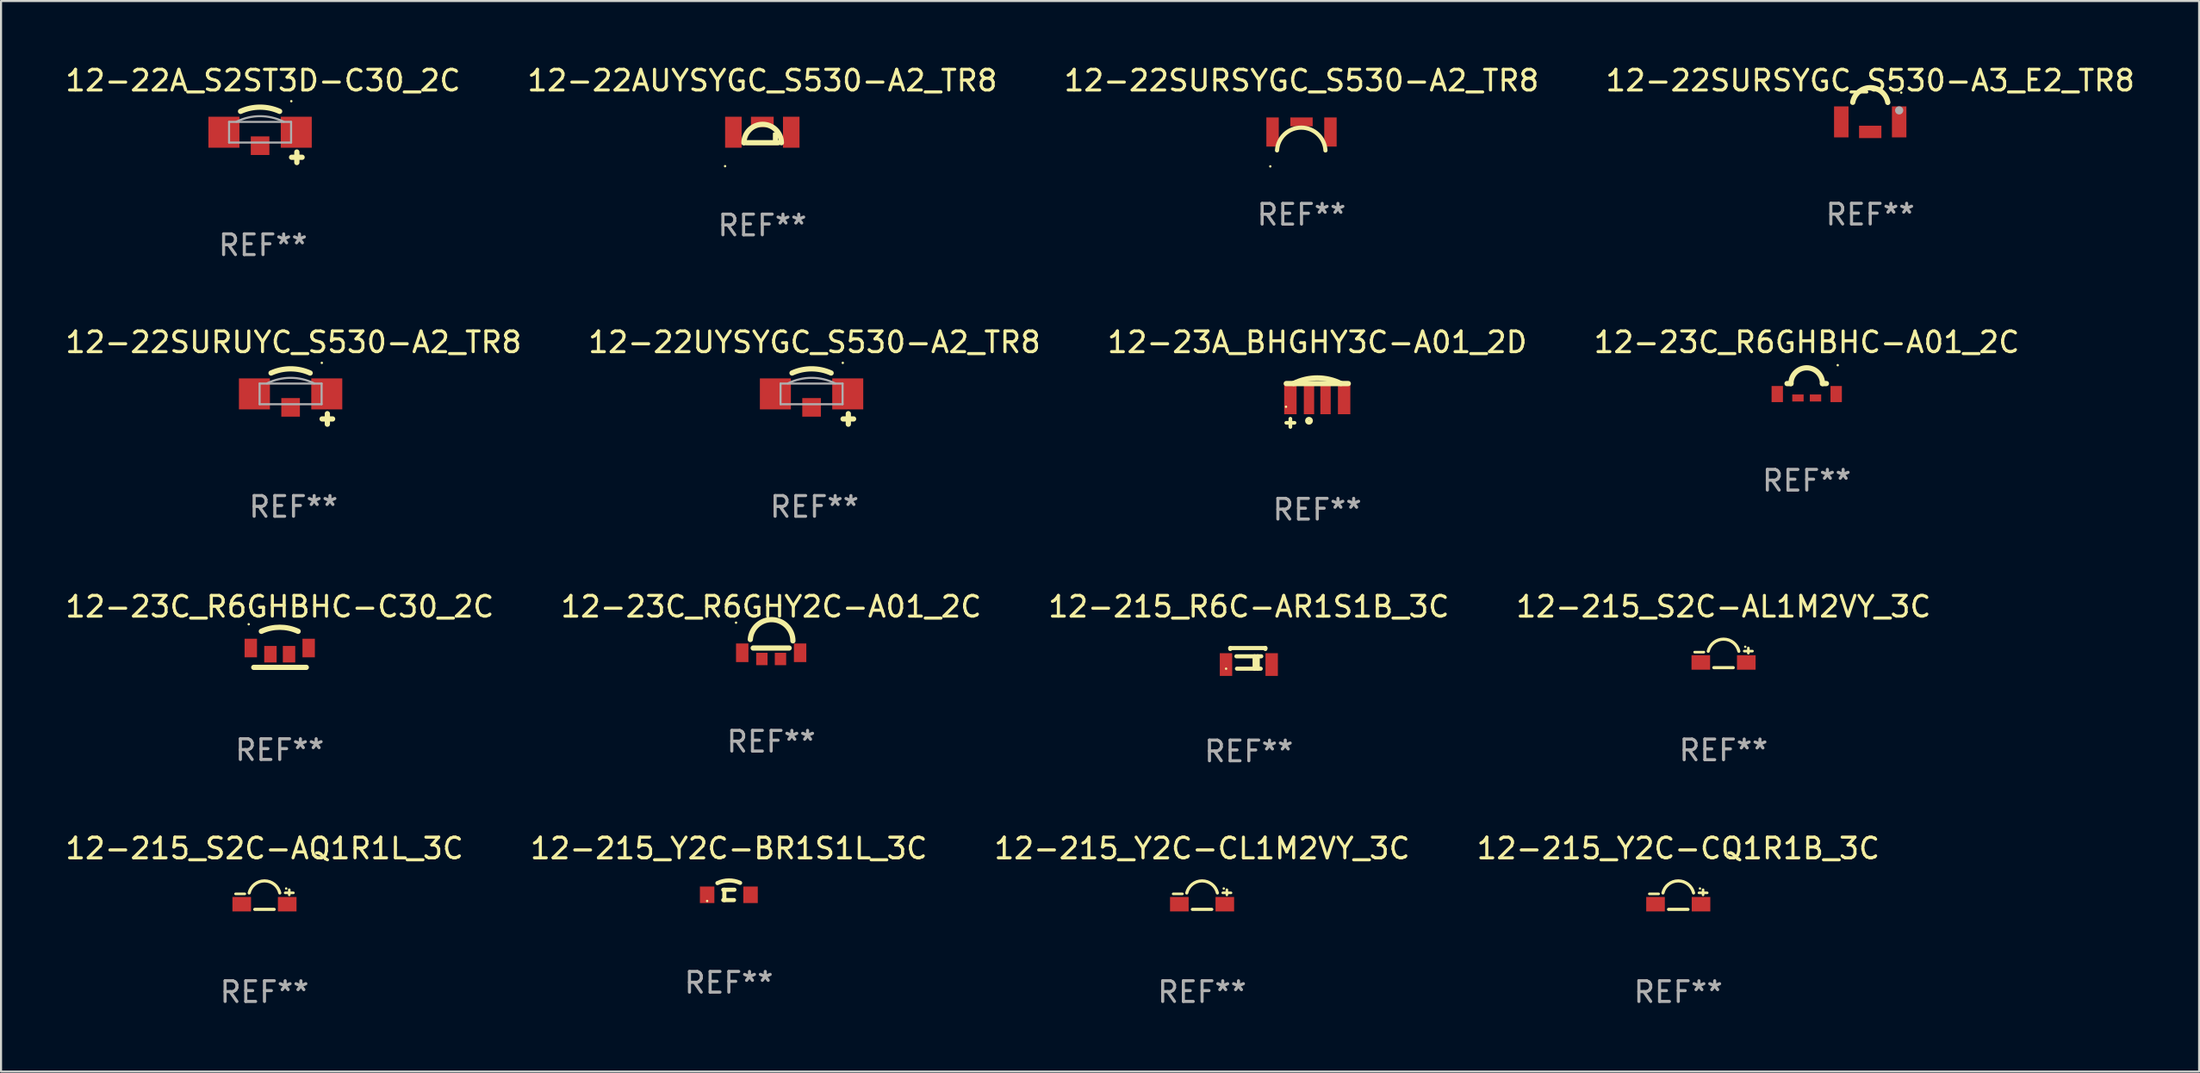
<source format=kicad_pcb>
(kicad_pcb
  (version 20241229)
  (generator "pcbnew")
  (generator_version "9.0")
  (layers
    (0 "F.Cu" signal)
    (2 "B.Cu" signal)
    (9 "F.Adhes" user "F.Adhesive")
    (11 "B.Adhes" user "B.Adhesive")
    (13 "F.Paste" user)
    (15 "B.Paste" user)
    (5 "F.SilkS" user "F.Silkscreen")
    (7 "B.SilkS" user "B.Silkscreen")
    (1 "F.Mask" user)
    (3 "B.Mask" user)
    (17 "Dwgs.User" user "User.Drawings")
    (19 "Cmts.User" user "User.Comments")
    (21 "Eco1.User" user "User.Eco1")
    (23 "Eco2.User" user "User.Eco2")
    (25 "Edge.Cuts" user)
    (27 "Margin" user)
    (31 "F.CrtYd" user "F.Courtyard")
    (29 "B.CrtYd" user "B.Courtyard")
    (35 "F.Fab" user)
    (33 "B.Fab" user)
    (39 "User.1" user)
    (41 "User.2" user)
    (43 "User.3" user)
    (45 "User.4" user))
  (footprint "12-215_Y2C-BR1S1L_3C"
    (layer "F.Cu")
    (at 32.208 40.253)
    (property "Reference" "12-215_Y2C-BR1S1L_3C" (at 0 -2.25 0) (layer "F.SilkS") (effects (font (size 1 1) (thickness 0.15))))
    (attr through_hole)
    (fp_line (start -0.269 -0.25) (end 0.269 -0.25) (stroke (width 0.2) (type solid)) (layer "F.SilkS"))
    (fp_line (start -0.269 0.25) (end 0.25 0.25) (stroke (width 0.2) (type solid)) (layer "F.SilkS"))
    (fp_line (start -0.217 -0.25) (end -0.217 0.25) (stroke (width 0.2) (type solid)) (layer "F.SilkS"))
    (fp_arc (start -0.552273 -0.57065) (mid -0.004782 -0.699116) (end 0.545314 -0.582309) (stroke (width 0.2) (type solid)) (layer "F.SilkS"))
    (fp_circle (center -1.05 0.295) (end -1.02 0.295) (stroke (width 0.06) (type solid)) (fill no) (layer "F.SilkS"))
    (fp_text user "REF**" (at 0 4.25 0) (layer "F.Fab") (effects (font (size 1 1) (thickness 0.15))))
    (pad "1" smd rect (at -1.05 -0.005 180) (size 0.7 0.8) (layers "F.Cu" "F.Mask" "F.Paste"))
    (pad "2" smd rect (at 1.05 -0.005 180) (size 0.7 0.8) (layers "F.Cu" "F.Mask" "F.Paste")))
  (footprint "12-22SURSYGC_S530-A2_TR8"
    (layer "F.Cu")
    (at 59.911 3.093)
    (property "Reference" "12-22SURSYGC_S530-A2_TR8" (at 0 -2.245 0) (layer "F.SilkS") (effects (font (size 1 1) (thickness 0.15))))
    (attr through_hole)
    (fp_arc (start -1.184632 1.134468) (mid -0.011461 0.03247) (end 1.158649 1.137719) (stroke (width 0.2) (type solid)) (layer "F.SilkS"))
    (fp_circle (center -1.51 1.908) (end -1.48 1.908) (stroke (width 0.06) (type solid)) (fill no) (layer "F.SilkS"))
    (fp_text user "REF**" (at 0 4.245 0) (layer "F.Fab") (effects (font (size 1 1) (thickness 0.15))))
    (pad "1" smd rect (at -1.4 0.245) (size 0.6 1.41) (layers "F.Cu" "F.Mask" "F.Paste"))
    (pad "2" smd rect (at 0 -0.245) (size 1.08 0.43) (layers "F.Cu" "F.Mask" "F.Paste"))
    (pad "3" smd rect (at 1.4 0.245) (size 0.6 1.41) (layers "F.Cu" "F.Mask" "F.Paste")))
  (footprint "12-23A_BHGHY3C-A01_2D"
    (layer "F.Cu")
    (at 60.673 16.56)
    (property "Reference" "12-23A_BHGHY3C-A01_2D" (at 0 -3.05 0) (layer "F.SilkS") (effects (font (size 1 1) (thickness 0.15))))
    (attr through_hole)
    (fp_line (start -1.5 -1.05) (end 1.5 -1.05) (stroke (width 0.254) (type solid)) (layer "F.SilkS"))
    (fp_line (start -1.499 0.849) (end -1.1 0.849) (stroke (width 0.178) (type solid)) (layer "F.SilkS"))
    (fp_line (start -1.301 0.651) (end -1.301 1.05) (stroke (width 0.178) (type solid)) (layer "F.SilkS"))
    (fp_arc (start -1.143002 -1.053835) (mid 0 -1.322627) (end 1.143002 -1.053835) (stroke (width 0.254001) (type solid)) (layer "F.SilkS"))
    (fp_circle (center -1.512 0.073) (end -1.482 0.073) (stroke (width 0.06) (type solid)) (fill no) (layer "F.SilkS"))
    (fp_circle (center -0.4 0.75) (end -0.3 0.75) (stroke (width 0.178) (type solid)) (fill no) (layer "F.SilkS"))
    (fp_text user "REF**" (at 0 5.05 0) (layer "F.Fab") (effects (font (size 1 1) (thickness 0.15))))
    (pad "1" smd rect (at -0.4 -0.316) (size 0.5 1.5) (layers "F.Cu" "F.Mask" "F.Paste"))
    (pad "2" smd rect (at 0.4 -0.316) (size 0.5 1.5) (layers "F.Cu" "F.Mask" "F.Paste"))
    (pad "3" smd rect (at 1.3 -0.316) (size 0.6 1.5) (layers "F.Cu" "F.Mask" "F.Paste"))
    (pad "4" smd rect (at -1.3 -0.316) (size 0.6 1.5) (layers "F.Cu" "F.Mask" "F.Paste")))
  (footprint "12-22SURSYGC_S530-A3_E2_TR8"
    (layer "F.Cu")
    (at 87.423 3.09)
    (property "Reference" "12-22SURSYGC_S530-A3_E2_TR8" (at 0 -2.242 0) (layer "F.SilkS") (effects (font (size 1 1) (thickness 0.15))))
    (attr through_hole)
    (fp_arc (start -0.846431 -1.18857) (mid 0.003699 -1.897338) (end 0.849632 -1.183566) (stroke (width 0.254001) (type solid)) (layer "F.SilkS"))
    (fp_circle (center 1.5 -1.658) (end 1.53 -1.658) (stroke (width 0.06) (type solid)) (fill no) (layer "F.SilkS"))
    (fp_circle (center 1.4 -0.8) (end 1.5 -0.8) (stroke (width 0.2) (type solid)) (fill no) (layer "F.Fab"))
    (fp_text user "REF**" (at 0 4.242 0) (layer "F.Fab") (effects (font (size 1 1) (thickness 0.15))))
    (pad "1" smd rect (at 1.4 -0.242 90) (size 1.5 0.7) (layers "F.Cu" "F.Mask" "F.Paste"))
    (pad "2" smd rect (at 0 0.242 90) (size 0.6 1.08) (layers "F.Cu" "F.Mask" "F.Paste"))
    (pad "3" smd rect (at -1.4 -0.242 90) (size 1.5 0.7) (layers "F.Cu" "F.Mask" "F.Paste")))
  (footprint "12-215_Y2C-CQ1R1B_3C"
    (layer "F.Cu")
    (at 78.137 40.478)
    (property "Reference" "12-215_Y2C-CQ1R1B_3C" (at 0 -2.475 0) (layer "F.SilkS") (effects (font (size 1 1) (thickness 0.15))))
    (attr through_hole)
    (fp_line (start -1.4 -0.275) (end -0.95 -0.275) (stroke (width 0.125) (type solid)) (layer "F.SilkS"))
    (fp_line (start -0.47 0.475) (end 0.47 0.475) (stroke (width 0.152) (type solid)) (layer "F.SilkS"))
    (fp_line (start 1 -0.325) (end 1.4 -0.325) (stroke (width 0.125) (type solid)) (layer "F.SilkS"))
    (fp_line (start 1.2 -0.475) (end 1.2 -0.225) (stroke (width 0.125) (type solid)) (layer "F.SilkS"))
    (fp_arc (start -0.74125 -0.318618) (mid 0.000025 -0.902982) (end 0.7413 -0.318618) (stroke (width 0.151994) (type solid)) (layer "F.SilkS"))
    (fp_circle (center 1.05 -0.535) (end 1.08 -0.535) (stroke (width 0.06) (type solid)) (fill no) (layer "F.SilkS"))
    (fp_text user "REF**" (at 0 4.475 0) (layer "F.Fab") (effects (font (size 1 1) (thickness 0.15))))
    (pad "1" smd rect (at 1.1 0.225) (size 0.9 0.7) (layers "F.Cu" "F.Mask" "F.Paste"))
    (pad "2" smd rect (at -1.1 0.225) (size 0.9 0.7) (layers "F.Cu" "F.Mask" "F.Paste")))
  (footprint "12-23C_R6GHBHC-A01_2C"
    (layer "F.Cu")
    (at 84.351 15.859)
    (property "Reference" "12-23C_R6GHBHC-A01_2C" (at 0 -2.349 0) (layer "F.SilkS") (effects (font (size 1 1) (thickness 0.15))))
    (attr through_hole)
    (fp_line (start -0.762 -0.349) (end -0.952 -0.349) (stroke (width 0.254) (type solid)) (layer "F.SilkS"))
    (fp_line (start 0.762 -0.349) (end 0.952 -0.349) (stroke (width 0.254) (type solid)) (layer "F.SilkS"))
    (fp_arc (start -0.762002 -0.348997) (mid 0 -1.110999) (end 0.762002 -0.348997) (stroke (width 0.254001) (type solid)) (layer "F.SilkS"))
    (fp_circle (center 1.5 -1.238) (end 1.53 -1.238) (stroke (width 0.06) (type solid)) (fill no) (layer "F.SilkS"))
    (fp_text user "REF**" (at 0 4.349 0) (layer "F.Fab") (effects (font (size 1 1) (thickness 0.15))))
    (pad "1" smd rect (at 1.425 0.159) (size 0.55 0.78) (layers "F.Cu" "F.Mask" "F.Paste"))
    (pad "2" smd rect (at 0.425 0.349) (size 0.55 0.34) (layers "F.Cu" "F.Mask" "F.Paste"))
    (pad "3" smd rect (at -0.425 0.349) (size 0.55 0.34) (layers "F.Cu" "F.Mask" "F.Paste"))
    (pad "4" smd rect (at -1.425 0.159) (size 0.55 0.78) (layers "F.Cu" "F.Mask" "F.Paste")))
  (footprint "12-215_R6C-AR1S1B_3C"
    (layer "F.Cu")
    (at 57.363 28.807)
    (property "Reference" "12-215_R6C-AR1S1B_3C" (at 0 -2.5 0) (layer "F.SilkS") (effects (font (size 1 1) (thickness 0.15))))
    (attr through_hole)
    (fp_line (start -0.899 -0.5) (end -0.899 -0.454) (stroke (width 0.2) (type solid)) (layer "F.SilkS"))
    (fp_line (start -0.601 -0.1) (end 0.601 -0.1) (stroke (width 0.2) (type solid)) (layer "F.SilkS"))
    (fp_line (start -0.574 0.5) (end 0.574 0.5) (stroke (width 0.2) (type solid)) (layer "F.SilkS"))
    (fp_line (start 0.279 -0.1) (end 0.279 0.5) (stroke (width 0.2) (type solid)) (layer "F.SilkS"))
    (fp_line (start 0.43 -0.1) (end 0.43 0.5) (stroke (width 0.2) (type solid)) (layer "F.SilkS"))
    (fp_line (start 0.8 -0.5) (end 0.8 -0.454) (stroke (width 0.2) (type solid)) (layer "F.SilkS"))
    (fp_line (start 0.8 -0.5) (end -0.899 -0.5) (stroke (width 0.2) (type solid)) (layer "F.SilkS"))
    (fp_circle (center -1.1 0.5) (end -1.07 0.5) (stroke (width 0.06) (type solid)) (fill no) (layer "F.SilkS"))
    (fp_text user "REF**" (at 0 4.5 0) (layer "F.Fab") (effects (font (size 1 1) (thickness 0.15))))
    (pad "1" smd rect (at -1.105 0.3) (size 0.6 1.1) (layers "F.Cu" "F.Mask" "F.Paste"))
    (pad "2" smd rect (at 1.105 0.3) (size 0.6 1.1) (layers "F.Cu" "F.Mask" "F.Paste")))
  (footprint "12-22AUYSYGC_S530-A2_TR8"
    (layer "F.Cu")
    (at 33.827 3.352)
    (property "Reference" "12-22AUYSYGC_S530-A2_TR8" (at 0 -2.504 0) (layer "F.SilkS") (effects (font (size 1 1) (thickness 0.15))))
    (attr through_hole)
    (fp_line (start 0.769 0.504) (end -0.769 0.504) (stroke (width 0.254) (type solid)) (layer "F.SilkS"))
    (fp_arc (start -0.889001 0.512001) (mid 0.013641 -0.389908) (end 0.924206 0.504001) (stroke (width 0.254001) (type solid)) (layer "F.SilkS"))
    (fp_circle (center -1.8 1.639) (end -1.77 1.639) (stroke (width 0.06) (type solid)) (fill no) (layer "F.SilkS"))
    (fp_poly (pts (xy 0.572 0.063) (xy 0.699 0.063) (xy 0.699 0.444) (xy 0.572 0.444)) (stroke (width 0.12) (type solid)) (fill yes) (layer "F.SilkS"))
    (fp_text user "REF**" (at 0 4.504 0) (layer "F.Fab") (effects (font (size 1 1) (thickness 0.15))))
    (pad "1" smd rect (at -1.4 -0.004 270) (size 1.5 0.8) (layers "F.Cu" "F.Mask" "F.Paste"))
    (pad "2" smd rect (at 0 -0.504) (size 1.1 0.5) (layers "F.Cu" "F.Mask" "F.Paste"))
    (pad "3" smd rect (at 1.4 -0.004 270) (size 1.5 0.8) (layers "F.Cu" "F.Mask" "F.Paste")))
  (footprint "12-215_S2C-AQ1R1L_3C"
    (layer "F.Cu")
    (at 9.744 40.478)
    (property "Reference" "12-215_S2C-AQ1R1L_3C" (at 0 -2.475 0) (layer "F.SilkS") (effects (font (size 1 1) (thickness 0.15))))
    (attr through_hole)
    (fp_line (start -1.4 -0.275) (end -0.95 -0.275) (stroke (width 0.125) (type solid)) (layer "F.SilkS"))
    (fp_line (start -0.47 0.475) (end 0.47 0.475) (stroke (width 0.152) (type solid)) (layer "F.SilkS"))
    (fp_line (start 1 -0.325) (end 1.4 -0.325) (stroke (width 0.125) (type solid)) (layer "F.SilkS"))
    (fp_line (start 1.2 -0.475) (end 1.2 -0.225) (stroke (width 0.125) (type solid)) (layer "F.SilkS"))
    (fp_arc (start -0.74125 -0.318618) (mid 0.000025 -0.902982) (end 0.7413 -0.318618) (stroke (width 0.151994) (type solid)) (layer "F.SilkS"))
    (fp_circle (center 1.05 -0.535) (end 1.08 -0.535) (stroke (width 0.06) (type solid)) (fill no) (layer "F.SilkS"))
    (fp_text user "REF**" (at 0 4.475 0) (layer "F.Fab") (effects (font (size 1 1) (thickness 0.15))))
    (pad "1" smd rect (at 1.1 0.225) (size 0.9 0.7) (layers "F.Cu" "F.Mask" "F.Paste"))
    (pad "2" smd rect (at -1.1 0.225) (size 0.9 0.7) (layers "F.Cu" "F.Mask" "F.Paste")))
  (footprint "12-23C_R6GHY2C-A01_2C"
    (layer "F.Cu")
    (at 34.256 28.572)
    (property "Reference" "12-23C_R6GHY2C-A01_2C" (at 0 -2.265 0) (layer "F.SilkS") (effects (font (size 1 1) (thickness 0.15))))
    (attr through_hole)
    (fp_line (start -0.869 -0.265) (end 0.869 -0.265) (stroke (width 0.254) (type solid)) (layer "F.SilkS"))
    (fp_arc (start -1.010211 -0.67794) (mid 0.052962 -1.640162) (end 1.05141 -0.610935) (stroke (width 0.254001) (type solid)) (layer "F.SilkS"))
    (fp_circle (center -1.7 -1.491) (end -1.67 -1.491) (stroke (width 0.06) (type solid)) (fill no) (layer "F.SilkS"))
    (fp_text user "REF**" (at 0 4.265 0) (layer "F.Fab") (effects (font (size 1 1) (thickness 0.15))))
    (pad "1" smd rect (at -1.4 -0.035 180) (size 0.6 0.9) (layers "F.Cu" "F.Mask" "F.Paste"))
    (pad "2" smd rect (at -0.45 0.265 270) (size 0.6 0.55) (layers "F.Cu" "F.Mask" "F.Paste"))
    (pad "3" smd rect (at 0.45 0.265 270) (size 0.6 0.55) (layers "F.Cu" "F.Mask" "F.Paste"))
    (pad "4" smd rect (at 1.4 -0.035 180) (size 0.6 0.9) (layers "F.Cu" "F.Mask" "F.Paste")))
  (footprint "12-215_Y2C-CL1M2VY_3C"
    (layer "F.Cu")
    (at 55.101 40.478)
    (property "Reference" "12-215_Y2C-CL1M2VY_3C" (at 0 -2.475 0) (layer "F.SilkS") (effects (font (size 1 1) (thickness 0.15))))
    (attr through_hole)
    (fp_line (start -1.4 -0.275) (end -0.95 -0.275) (stroke (width 0.125) (type solid)) (layer "F.SilkS"))
    (fp_line (start -0.47 0.475) (end 0.47 0.475) (stroke (width 0.152) (type solid)) (layer "F.SilkS"))
    (fp_line (start 1 -0.325) (end 1.4 -0.325) (stroke (width 0.125) (type solid)) (layer "F.SilkS"))
    (fp_line (start 1.2 -0.475) (end 1.2 -0.225) (stroke (width 0.125) (type solid)) (layer "F.SilkS"))
    (fp_arc (start -0.74125 -0.318618) (mid 0.000025 -0.902982) (end 0.7413 -0.318618) (stroke (width 0.151994) (type solid)) (layer "F.SilkS"))
    (fp_circle (center 1.05 -0.535) (end 1.08 -0.535) (stroke (width 0.06) (type solid)) (fill no) (layer "F.SilkS"))
    (fp_text user "REF**" (at 0 4.475 0) (layer "F.Fab") (effects (font (size 1 1) (thickness 0.15))))
    (pad "1" smd rect (at 1.1 0.225) (size 0.9 0.7) (layers "F.Cu" "F.Mask" "F.Paste"))
    (pad "2" smd rect (at -1.1 0.225) (size 0.9 0.7) (layers "F.Cu" "F.Mask" "F.Paste")))
  (footprint "12-22UYSYGC_S530-A2_TR8"
    (layer "F.Cu")
    (at 36.351 16.493)
    (property "Reference" "12-22UYSYGC_S530-A2_TR8" (at 0 -2.983 0) (layer "F.SilkS") (effects (font (size 1 1) (thickness 0.15))))
    (attr through_hole)
    (fp_line (start 1.383 0.729) (end 1.891 0.729) (stroke (width 0.254) (type solid)) (layer "F.SilkS"))
    (fp_line (start 1.637 0.983) (end 1.637 0.475) (stroke (width 0.254) (type solid)) (layer "F.SilkS"))
    (fp_arc (start -1.086335 -1.493205) (mid -0.14097 -1.696234) (end 0.804394 -1.493205) (stroke (width 0.254001) (type solid)) (layer "F.SilkS"))
    (fp_circle (center 1.369 -1.984) (end 1.399 -1.984) (stroke (width 0.06) (type solid)) (fill no) (layer "F.SilkS"))
    (fp_line (start -1.641 -0.983) (end 1.359 -0.983) (stroke (width 0.1) (type solid)) (layer "F.Fab"))
    (fp_line (start -1.641 0.017) (end -1.641 -0.983) (stroke (width 0.1) (type solid)) (layer "F.Fab"))
    (fp_line (start 1.359 -0.983) (end 1.359 0.017) (stroke (width 0.1) (type solid)) (layer "F.Fab"))
    (fp_line (start 1.359 0.017) (end -1.641 0.017) (stroke (width 0.1) (type solid)) (layer "F.Fab"))
    (fp_arc (start -1.283973 -0.990792) (mid -0.140971 -1.259454) (end 1.002032 -0.990793) (stroke (width 0.1) (type solid)) (layer "F.Fab"))
    (fp_text user "REF**" (at 0 4.983 0) (layer "F.Fab") (effects (font (size 1 1) (thickness 0.15))))
    (pad "1" smd rect (at 1.609 -0.483 90) (size 1.5 1.5) (layers "F.Cu" "F.Mask" "F.Paste"))
    (pad "2" smd rect (at -0.141 0.169) (size 0.9 0.9) (layers "F.Cu" "F.Mask" "F.Paste"))
    (pad "3" smd rect (at -1.891 -0.483 90) (size 1.5 1.5) (layers "F.Cu" "F.Mask" "F.Paste")))
  (footprint "12-215_S2C-AL1M2VY_3C"
    (layer "F.Cu")
    (at 80.327 28.781)
    (property "Reference" "12-215_S2C-AL1M2VY_3C" (at 0 -2.475 0) (layer "F.SilkS") (effects (font (size 1 1) (thickness 0.15))))
    (attr through_hole)
    (fp_line (start -1.4 -0.275) (end -0.95 -0.275) (stroke (width 0.125) (type solid)) (layer "F.SilkS"))
    (fp_line (start -0.47 0.475) (end 0.47 0.475) (stroke (width 0.152) (type solid)) (layer "F.SilkS"))
    (fp_line (start 1 -0.325) (end 1.4 -0.325) (stroke (width 0.125) (type solid)) (layer "F.SilkS"))
    (fp_line (start 1.2 -0.475) (end 1.2 -0.225) (stroke (width 0.125) (type solid)) (layer "F.SilkS"))
    (fp_arc (start -0.74125 -0.318618) (mid 0.000025 -0.902982) (end 0.7413 -0.318618) (stroke (width 0.151994) (type solid)) (layer "F.SilkS"))
    (fp_circle (center 1.05 -0.535) (end 1.08 -0.535) (stroke (width 0.06) (type solid)) (fill no) (layer "F.SilkS"))
    (fp_text user "REF**" (at 0 4.475 0) (layer "F.Fab") (effects (font (size 1 1) (thickness 0.15))))
    (pad "1" smd rect (at 1.1 0.225) (size 0.9 0.7) (layers "F.Cu" "F.Mask" "F.Paste"))
    (pad "2" smd rect (at -1.1 0.225) (size 0.9 0.7) (layers "F.Cu" "F.Mask" "F.Paste")))
  (footprint "12-22A_S2ST3D-C30_2C"
    (layer "F.Cu")
    (at 9.673 3.831)
    (property "Reference" "12-22A_S2ST3D-C30_2C" (at 0 -2.983 0) (layer "F.SilkS") (effects (font (size 1 1) (thickness 0.15))))
    (attr through_hole)
    (fp_line (start 1.383 0.729) (end 1.891 0.729) (stroke (width 0.254) (type solid)) (layer "F.SilkS"))
    (fp_line (start 1.637 0.983) (end 1.637 0.475) (stroke (width 0.254) (type solid)) (layer "F.SilkS"))
    (fp_arc (start -1.086335 -1.493205) (mid -0.14097 -1.696234) (end 0.804394 -1.493205) (stroke (width 0.254001) (type solid)) (layer "F.SilkS"))
    (fp_circle (center 1.369 -1.984) (end 1.399 -1.984) (stroke (width 0.06) (type solid)) (fill no) (layer "F.SilkS"))
    (fp_line (start -1.641 -0.983) (end 1.359 -0.983) (stroke (width 0.1) (type solid)) (layer "F.Fab"))
    (fp_line (start -1.641 0.017) (end -1.641 -0.983) (stroke (width 0.1) (type solid)) (layer "F.Fab"))
    (fp_line (start 1.359 -0.983) (end 1.359 0.017) (stroke (width 0.1) (type solid)) (layer "F.Fab"))
    (fp_line (start 1.359 0.017) (end -1.641 0.017) (stroke (width 0.1) (type solid)) (layer "F.Fab"))
    (fp_arc (start -1.283973 -0.990792) (mid -0.140971 -1.259454) (end 1.002032 -0.990793) (stroke (width 0.1) (type solid)) (layer "F.Fab"))
    (fp_text user "REF**" (at 0 4.983 0) (layer "F.Fab") (effects (font (size 1 1) (thickness 0.15))))
    (pad "1" smd rect (at 1.609 -0.483 90) (size 1.5 1.5) (layers "F.Cu" "F.Mask" "F.Paste"))
    (pad "2" smd rect (at -0.141 0.169) (size 0.9 0.9) (layers "F.Cu" "F.Mask" "F.Paste"))
    (pad "3" smd rect (at -1.891 -0.483 90) (size 1.5 1.5) (layers "F.Cu" "F.Mask" "F.Paste")))
  (footprint "12-23C_R6GHBHC-C30_2C"
    (layer "F.Cu")
    (at 10.482 28.775)
    (property "Reference" "12-23C_R6GHBHC-C30_2C" (at 0 -2.468 0) (layer "F.SilkS") (effects (font (size 1 1) (thickness 0.15))))
    (attr through_hole)
    (fp_line (start -1.256 0.468) (end 1.284 0.468) (stroke (width 0.254) (type solid)) (layer "F.SilkS"))
    (fp_arc (start -0.888951 -1.276467) (mid 0.000051 -1.472516) (end 0.889052 -1.276467) (stroke (width 0.254001) (type solid)) (layer "F.SilkS"))
    (fp_circle (center -1.5 -1.618) (end -1.47 -1.618) (stroke (width 0.06) (type solid)) (fill no) (layer "F.SilkS"))
    (fp_text user "REF**" (at 0 4.468 0) (layer "F.Fab") (effects (font (size 1 1) (thickness 0.15))))
    (pad "1" smd rect (at -1.4 -0.468) (size 0.6 0.9) (layers "F.Cu" "F.Mask" "F.Paste"))
    (pad "2" smd rect (at -0.45 -0.169) (size 0.6 0.8) (layers "F.Cu" "F.Mask" "F.Paste"))
    (pad "3" smd rect (at 0.45 -0.169) (size 0.6 0.8) (layers "F.Cu" "F.Mask" "F.Paste"))
    (pad "4" smd rect (at 1.4 -0.468) (size 0.6 0.9) (layers "F.Cu" "F.Mask" "F.Paste")))
  (footprint "12-22SURUYC_S530-A2_TR8"
    (layer "F.Cu")
    (at 11.149 16.493)
    (property "Reference" "12-22SURUYC_S530-A2_TR8" (at 0 -2.983 0) (layer "F.SilkS") (effects (font (size 1 1) (thickness 0.15))))
    (attr through_hole)
    (fp_line (start 1.383 0.729) (end 1.891 0.729) (stroke (width 0.254) (type solid)) (layer "F.SilkS"))
    (fp_line (start 1.637 0.983) (end 1.637 0.475) (stroke (width 0.254) (type solid)) (layer "F.SilkS"))
    (fp_arc (start -1.086335 -1.493205) (mid -0.14097 -1.696234) (end 0.804394 -1.493205) (stroke (width 0.254001) (type solid)) (layer "F.SilkS"))
    (fp_circle (center 1.369 -1.984) (end 1.399 -1.984) (stroke (width 0.06) (type solid)) (fill no) (layer "F.SilkS"))
    (fp_line (start -1.641 -0.983) (end 1.359 -0.983) (stroke (width 0.1) (type solid)) (layer "F.Fab"))
    (fp_line (start -1.641 0.017) (end -1.641 -0.983) (stroke (width 0.1) (type solid)) (layer "F.Fab"))
    (fp_line (start 1.359 -0.983) (end 1.359 0.017) (stroke (width 0.1) (type solid)) (layer "F.Fab"))
    (fp_line (start 1.359 0.017) (end -1.641 0.017) (stroke (width 0.1) (type solid)) (layer "F.Fab"))
    (fp_arc (start -1.283973 -0.990792) (mid -0.140971 -1.259454) (end 1.002032 -0.990793) (stroke (width 0.1) (type solid)) (layer "F.Fab"))
    (fp_text user "REF**" (at 0 4.983 0) (layer "F.Fab") (effects (font (size 1 1) (thickness 0.15))))
    (pad "1" smd rect (at 1.609 -0.483 90) (size 1.5 1.5) (layers "F.Cu" "F.Mask" "F.Paste"))
    (pad "2" smd rect (at -0.141 0.169) (size 0.9 0.9) (layers "F.Cu" "F.Mask" "F.Paste"))
    (pad "3" smd rect (at -1.891 -0.483 90) (size 1.5 1.5) (layers "F.Cu" "F.Mask" "F.Paste")))
  (gr_rect
    (start -3 -3)
    (end 103.333 48.801)
    (stroke (width 0.1) (type default))
    (fill no)
    (layer "Edge.Cuts")))
</source>
